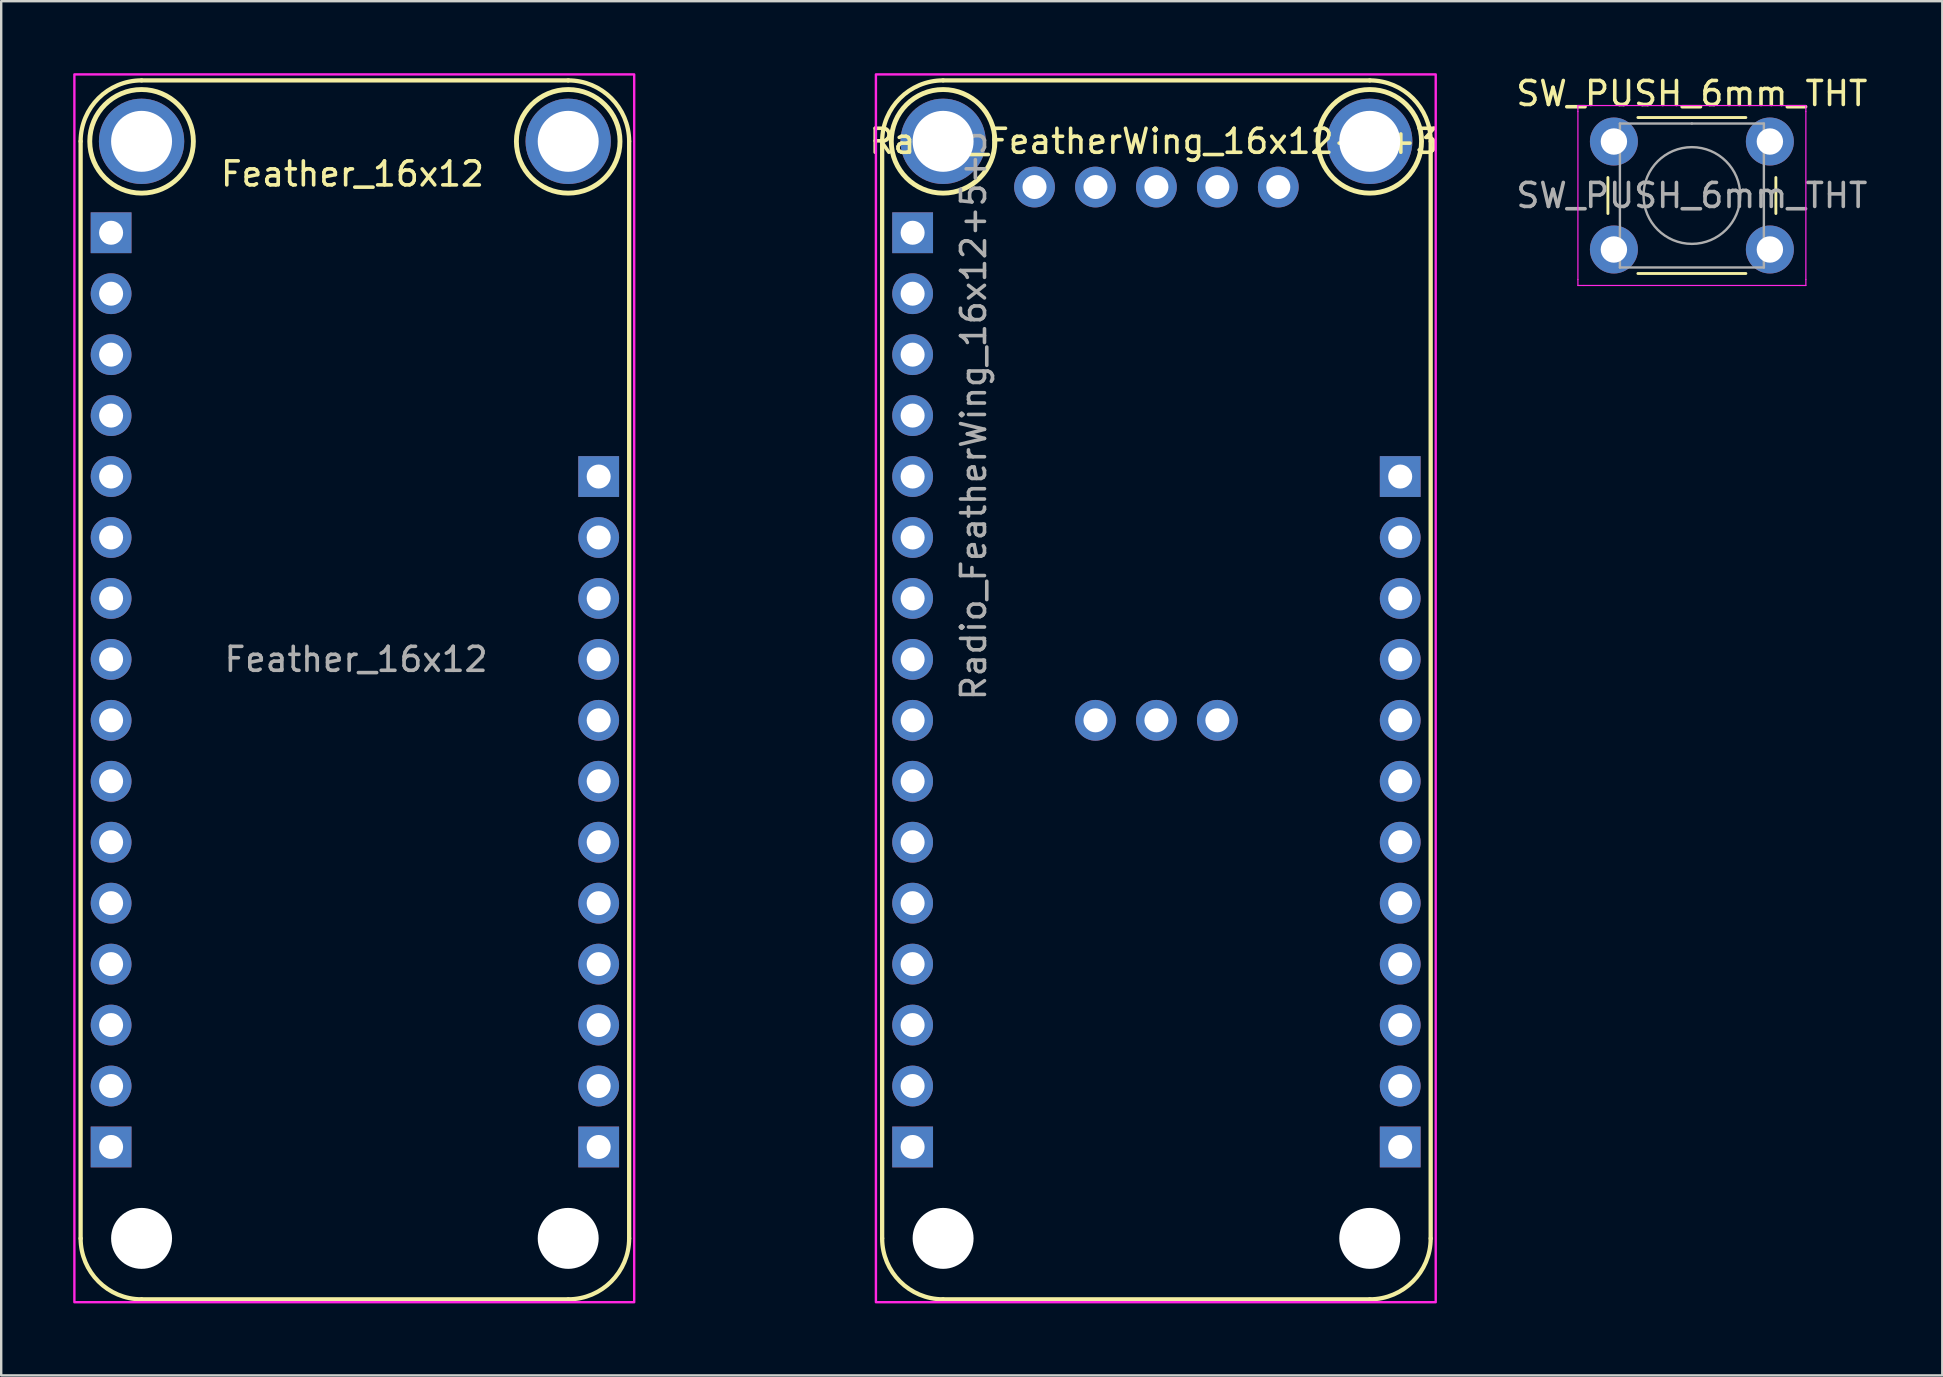
<source format=kicad_pcb>
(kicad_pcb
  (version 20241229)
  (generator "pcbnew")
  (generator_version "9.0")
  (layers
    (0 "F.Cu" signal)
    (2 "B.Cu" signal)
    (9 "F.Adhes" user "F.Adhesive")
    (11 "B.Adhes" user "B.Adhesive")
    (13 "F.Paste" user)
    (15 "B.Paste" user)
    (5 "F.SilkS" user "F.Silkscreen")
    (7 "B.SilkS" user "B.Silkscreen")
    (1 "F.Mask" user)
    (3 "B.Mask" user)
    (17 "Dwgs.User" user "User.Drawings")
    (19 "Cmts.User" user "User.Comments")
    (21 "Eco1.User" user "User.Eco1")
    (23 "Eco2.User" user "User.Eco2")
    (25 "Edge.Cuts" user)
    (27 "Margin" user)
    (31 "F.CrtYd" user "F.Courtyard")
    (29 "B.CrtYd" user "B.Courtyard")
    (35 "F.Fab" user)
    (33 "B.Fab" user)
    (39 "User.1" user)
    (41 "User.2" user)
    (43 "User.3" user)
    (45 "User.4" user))
  (footprint "FOAM-Logo-Cubes"
    (layer "F.Cu")
    (at 28.246 2.153)
    (property "Reference" "FOAM-Logo-Cubes" (at 0.045 3.38 0) (unlocked yes) (layer "User.9") (effects (font (size 1 1) (thickness 0.15))))
    (fp_poly (pts (xy -1.251 -1.5) (xy -1.251 -1.06) (xy -1.701 -1.29)) (stroke (width 0.025) (type solid)) (fill yes) (layer "F.Mask"))
    (fp_poly (pts (xy -1.25 -1.5) (xy -1.25 -1.06) (xy -0.8 -1.29)) (stroke (width 0.025) (type solid)) (fill yes) (layer "F.Mask"))
    (fp_poly (pts (xy -0.002 -2.14) (xy -0.002 -1.7) (xy -0.452 -1.93)) (stroke (width 0.025) (type solid)) (fill yes) (layer "F.Mask"))
    (fp_poly (pts (xy -0.001 -0.871) (xy -0.001 -0.431) (xy -0.451 -0.661)) (stroke (width 0.025) (type solid)) (fill yes) (layer "F.Mask"))
    (fp_poly (pts (xy -0.001 -0.871) (xy -0.001 -0.431) (xy 0.449 -0.661)) (stroke (width 0.025) (type solid)) (fill yes) (layer "F.Mask"))
    (fp_poly (pts (xy 0 -2.14) (xy 0 -1.7) (xy 0.45 -1.93)) (stroke (width 0.025) (type solid)) (fill yes) (layer "F.Mask"))
    (fp_poly (pts (xy 1.248 -1.495) (xy 1.248 -1.055) (xy 0.798 -1.285)) (stroke (width 0.025) (type solid)) (fill yes) (layer "F.Mask"))
    (fp_poly (pts (xy 1.25 -1.495) (xy 1.25 -1.055) (xy 1.7 -1.285)) (stroke (width 0.025) (type solid)) (fill yes) (layer "F.Mask"))
    (fp_poly (pts (xy -0.706 -1.137) (xy -0.706 -0.14) (xy -1.183 0.106) (xy -1.183 -0.906)) (stroke (width 0.025) (type solid)) (fill yes) (layer "F.Mask"))
    (fp_poly (pts (xy -0.704 0.399) (xy -0.704 1.396) (xy -1.181 1.642) (xy -1.181 0.63)) (stroke (width 0.025) (type solid)) (fill yes) (layer "F.Mask"))
    (fp_poly (pts (xy -0.058 -1.536) (xy -0.058 -1.016) (xy -0.55 -0.784) (xy -0.536 -1.797)) (stroke (width 0.025) (type solid)) (fill yes) (layer "F.Mask"))
    (fp_poly (pts (xy 0.056 -1.536) (xy 0.056 -1.016) (xy 0.548 -0.784) (xy 0.534 -1.797)) (stroke (width 0.025) (type solid)) (fill yes) (layer "F.Mask"))
    (fp_poly (pts (xy 0.548 -0.538) (xy 0.548 0.459) (xy 0.071 0.705) (xy 0.071 -0.307)) (stroke (width 0.025) (type solid)) (fill yes) (layer "F.Mask"))
    (fp_poly (pts (xy 0.548 1.037) (xy 0.548 2.034) (xy 0.071 2.28) (xy 0.071 1.268)) (stroke (width 0.025) (type solid)) (fill yes) (layer "F.Mask"))
    (fp_poly (pts (xy 1.787 -1.157) (xy 1.787 -0.16) (xy 1.31 0.086) (xy 1.31 -0.926)) (stroke (width 0.025) (type solid)) (fill yes) (layer "F.Mask"))
    (fp_poly (pts (xy 1.803 0.397) (xy 1.803 1.394) (xy 1.326 1.64) (xy 1.326 0.628)) (stroke (width 0.025) (type solid)) (fill yes) (layer "F.Mask"))
    (fp_poly (pts (xy -1.803 -1.138) (xy -1.803 -0.141) (xy -1.326 0.105) (xy -1.326 -0.284) (xy -1.326 -0.907)) (stroke (width 0.025) (type solid)) (fill yes) (layer "F.Mask"))
    (fp_poly (pts (xy -1.801 0.399) (xy -1.801 1.396) (xy -1.324 1.642) (xy -1.324 1.252) (xy -1.324 0.63)) (stroke (width 0.025) (type solid)) (fill yes) (layer "F.Mask"))
    (fp_poly (pts (xy -0.549 -0.538) (xy -0.549 0.459) (xy -0.072 0.705) (xy -0.072 0.315) (xy -0.072 -0.307)) (stroke (width 0.025) (type solid)) (fill yes) (layer "F.Mask"))
    (fp_poly (pts (xy -0.549 1.036) (xy -0.549 2.033) (xy -0.072 2.279) (xy -0.072 1.89) (xy -0.072 1.267)) (stroke (width 0.025) (type solid)) (fill yes) (layer "F.Mask"))
    (fp_poly (pts (xy 0.69 -1.158) (xy 0.69 -0.161) (xy 1.167 0.085) (xy 1.167 -0.304) (xy 1.167 -0.927)) (stroke (width 0.025) (type solid)) (fill yes) (layer "F.Mask"))
    (fp_poly (pts (xy 0.707 0.396) (xy 0.707 1.393) (xy 1.184 1.639) (xy 1.184 1.25) (xy 1.184 0.627)) (stroke (width 0.025) (type solid)) (fill yes) (layer "F.Mask"))
    (fp_poly (pts (xy -1.27 0.271) (xy -1.27 0.504) (xy -1.312 0.485) (xy -1.717 0.283) (xy -1.529 0.167) (xy -1.341 0.269)) (stroke (width 0.025) (type solid)) (fill yes) (layer "F.Mask"))
    (fp_poly (pts (xy -1.27 0.271) (xy -1.27 0.504) (xy -1.228 0.485) (xy -0.823 0.283) (xy -1.011 0.167) (xy -1.199 0.269)) (stroke (width 0.025) (type solid)) (fill yes) (layer "F.Mask"))
    (fp_poly (pts (xy 0 0.909) (xy 0 1.143) (xy -0.042 1.124) (xy -0.447 0.922) (xy -0.259 0.806) (xy -0.071 0.908)) (stroke (width 0.025) (type solid)) (fill yes) (layer "F.Mask"))
    (fp_poly (pts (xy 0 0.909) (xy 0 1.143) (xy 0.042 1.124) (xy 0.447 0.922) (xy 0.259 0.806) (xy 0.071 0.908)) (stroke (width 0.025) (type solid)) (fill yes) (layer "F.Mask"))
    (fp_poly (pts (xy 1.25 0.26) (xy 1.25 0.494) (xy 1.208 0.475) (xy 0.803 0.273) (xy 0.991 0.157) (xy 1.179 0.259)) (stroke (width 0.025) (type solid)) (fill yes) (layer "F.Mask"))
    (fp_poly (pts (xy 1.25 0.26) (xy 1.25 0.494) (xy 1.292 0.475) (xy 1.697 0.273) (xy 1.509 0.157) (xy 1.321 0.259)) (stroke (width 0.025) (type solid)) (fill yes) (layer "F.Mask")))
  (footprint "Radio_FeatherWing_16x12+5+3"
    (layer "F.Cu")
    (at 45.144 25.7)
    (property "Reference" "Radio_FeatherWing_16x12+5+3" (at -0.1 -22.86 0) (unlocked yes) (layer "F.SilkS") (effects (font (size 1 1) (thickness 0.15))))
    (attr through_hole)
    (fp_line (start -11.43 -22.86) (end -11.43 22.86) (stroke (width 0.178) (type solid)) (layer "F.SilkS"))
    (fp_line (start -8.89 -25.4) (end 8.89 -25.4) (stroke (width 0.178) (type solid)) (layer "F.SilkS"))
    (fp_line (start 8.89 25.4) (end -8.89 25.4) (stroke (width 0.178) (type solid)) (layer "F.SilkS"))
    (fp_line (start 11.43 -22.86) (end 11.43 22.86) (stroke (width 0.178) (type solid)) (layer "F.SilkS"))
    (fp_arc (start -11.43 -22.86) (mid -10.686051 -24.656051) (end -8.89 -25.4) (stroke (width 0.1778) (type solid)) (layer "F.SilkS"))
    (fp_arc (start -8.89 25.4) (mid -10.686051 24.656051) (end -11.43 22.86) (stroke (width 0.1778) (type solid)) (layer "F.SilkS"))
    (fp_arc (start 8.89 -25.4) (mid 10.686051 -24.656051) (end 11.43 -22.86) (stroke (width 0.1778) (type solid)) (layer "F.SilkS"))
    (fp_arc (start 11.43 22.86) (mid 10.686051 24.656051) (end 8.89 25.4) (stroke (width 0.1778) (type solid)) (layer "F.SilkS"))
    (fp_circle (center -8.89 -22.86) (end -6.731 -22.86) (stroke (width 0.203) (type solid)) (fill no) (layer "F.SilkS"))
    (fp_circle (center 8.89 -22.86) (end 11.049 -22.86) (stroke (width 0.203) (type solid)) (fill no) (layer "F.SilkS"))
    (fp_rect (start -11.69 -25.65) (end 11.64 25.52) (stroke (width 0.1) (type solid)) (fill no) (layer "F.CrtYd"))
    (fp_text user "${REFERENCE}" (at -7.62 -11.43 270) (layer "F.Fab") (effects (font (size 1 1) (thickness 0.15))))
    (pad "" thru_hole circle (at -8.89 -22.86) (size 3.556 3.556) (drill 2.54) (layers "*.Cu" "*.Mask"))
    (pad "" np_thru_hole circle (at -8.89 22.86) (size 2.54 2.54) (drill 2.54) (layers "*.Cu" "*.Mask"))
    (pad "" thru_hole circle (at 8.89 -22.86) (size 3.556 3.556) (drill 2.54) (layers "*.Cu" "*.Mask"))
    (pad "" np_thru_hole circle (at 8.89 22.86) (size 2.54 2.54) (drill 2.54) (layers "*.Cu" "*.Mask"))
    (pad "1" thru_hole rect (at -10.16 -19.05) (size 1.7 1.7) (drill 1) (layers "*.Cu" "*.Mask"))
    (pad "2" thru_hole oval (at -10.16 -16.51) (size 1.7 1.7) (drill 1) (layers "*.Cu" "*.Mask"))
    (pad "3" thru_hole oval (at -10.16 -13.97) (size 1.7 1.7) (drill 1) (layers "*.Cu" "*.Mask"))
    (pad "4" thru_hole oval (at -10.16 -11.43) (size 1.7 1.7) (drill 1) (layers "*.Cu" "*.Mask"))
    (pad "5" thru_hole oval (at -10.16 -8.89) (size 1.7 1.7) (drill 1) (layers "*.Cu" "*.Mask"))
    (pad "6" thru_hole oval (at -10.16 -6.35) (size 1.7 1.7) (drill 1) (layers "*.Cu" "*.Mask"))
    (pad "7" thru_hole oval (at -10.16 -3.81) (size 1.7 1.7) (drill 1) (layers "*.Cu" "*.Mask"))
    (pad "8" thru_hole oval (at -10.16 -1.27) (size 1.7 1.7) (drill 1) (layers "*.Cu" "*.Mask"))
    (pad "9" thru_hole oval (at -10.16 1.27) (size 1.7 1.7) (drill 1) (layers "*.Cu" "*.Mask"))
    (pad "10" thru_hole oval (at -10.16 3.81) (size 1.7 1.7) (drill 1) (layers "*.Cu" "*.Mask"))
    (pad "11" thru_hole oval (at -10.16 6.35) (size 1.7 1.7) (drill 1) (layers "*.Cu" "*.Mask"))
    (pad "12" thru_hole oval (at -10.16 8.89) (size 1.7 1.7) (drill 1) (layers "*.Cu" "*.Mask"))
    (pad "13" thru_hole oval (at -10.16 11.43) (size 1.7 1.7) (drill 1) (layers "*.Cu" "*.Mask"))
    (pad "14" thru_hole oval (at -10.16 13.97) (size 1.7 1.7) (drill 1) (layers "*.Cu" "*.Mask"))
    (pad "15" thru_hole oval (at -10.16 16.51) (size 1.7 1.7) (drill 1) (layers "*.Cu" "*.Mask"))
    (pad "16" thru_hole rect (at -10.16 19.05) (size 1.7 1.7) (drill 1) (layers "*.Cu" "*.Mask"))
    (pad "17" thru_hole rect (at 10.16 19.05) (size 1.7 1.7) (drill 1) (layers "*.Cu" "*.Mask"))
    (pad "18" thru_hole oval (at 10.16 16.51) (size 1.7 1.7) (drill 1) (layers "*.Cu" "*.Mask"))
    (pad "19" thru_hole oval (at 10.16 13.97) (size 1.7 1.7) (drill 1) (layers "*.Cu" "*.Mask"))
    (pad "20" thru_hole oval (at 10.16 11.43) (size 1.7 1.7) (drill 1) (layers "*.Cu" "*.Mask"))
    (pad "21" thru_hole oval (at 10.16 8.89) (size 1.7 1.7) (drill 1) (layers "*.Cu" "*.Mask"))
    (pad "22" thru_hole oval (at 10.16 6.35) (size 1.7 1.7) (drill 1) (layers "*.Cu" "*.Mask"))
    (pad "23" thru_hole oval (at 10.16 3.81) (size 1.7 1.7) (drill 1) (layers "*.Cu" "*.Mask"))
    (pad "24" thru_hole oval (at 10.16 1.27) (size 1.7 1.7) (drill 1) (layers "*.Cu" "*.Mask"))
    (pad "25" thru_hole oval (at 10.16 -1.27) (size 1.7 1.7) (drill 1) (layers "*.Cu" "*.Mask"))
    (pad "26" thru_hole oval (at 10.16 -3.81) (size 1.7 1.7) (drill 1) (layers "*.Cu" "*.Mask"))
    (pad "27" thru_hole oval (at 10.16 -6.35) (size 1.7 1.7) (drill 1) (layers "*.Cu" "*.Mask"))
    (pad "28" thru_hole rect (at 10.16 -8.89) (size 1.7 1.7) (drill 1) (layers "*.Cu" "*.Mask"))
    (pad "29" thru_hole oval (at 5.08 -20.955 270) (size 1.7 1.7) (drill 1) (layers "*.Cu" "*.Mask"))
    (pad "30" thru_hole oval (at 2.54 -20.955 270) (size 1.7 1.7) (drill 1) (layers "*.Cu" "*.Mask"))
    (pad "31" thru_hole oval (at 0 -20.955 270) (size 1.7 1.7) (drill 1) (layers "*.Cu" "*.Mask"))
    (pad "32" thru_hole oval (at -2.54 -20.955 270) (size 1.7 1.7) (drill 1) (layers "*.Cu" "*.Mask"))
    (pad "33" thru_hole oval (at -5.08 -20.955 270) (size 1.7 1.7) (drill 1) (layers "*.Cu" "*.Mask"))
    (pad "34" thru_hole circle (at 2.54 1.27) (size 1.7 1.7) (drill 1) (layers "*.Cu" "*.Mask"))
    (pad "35" thru_hole circle (at 0 1.27) (size 1.7 1.7) (drill 1) (layers "*.Cu" "*.Mask"))
    (pad "36" thru_hole circle (at -2.54 1.27) (size 1.7 1.7) (drill 1) (layers "*.Cu" "*.Mask")))
  (footprint "SW_PUSH_6mm_THT"
    (layer "F.Cu")
    (at 64.21 2.848)
    (property "Reference" "SW_PUSH_6mm_THT" (at 3.25 -2 0) (layer "F.SilkS") (effects (font (size 1 1) (thickness 0.15))))
    (attr through_hole)
    (fp_line (start -0.25 1.5) (end -0.25 3) (stroke (width 0.12) (type solid)) (layer "F.SilkS"))
    (fp_line (start 1 5.5) (end 5.5 5.5) (stroke (width 0.12) (type solid)) (layer "F.SilkS"))
    (fp_line (start 5.5 -1) (end 1 -1) (stroke (width 0.12) (type solid)) (layer "F.SilkS"))
    (fp_line (start 6.75 3) (end 6.75 1.5) (stroke (width 0.12) (type solid)) (layer "F.SilkS"))
    (fp_line (start -1.5 -1.5) (end -1.25 -1.5) (stroke (width 0.05) (type solid)) (layer "F.CrtYd"))
    (fp_line (start -1.5 -1.25) (end -1.5 -1.5) (stroke (width 0.05) (type solid)) (layer "F.CrtYd"))
    (fp_line (start -1.5 5.75) (end -1.5 -1.25) (stroke (width 0.05) (type solid)) (layer "F.CrtYd"))
    (fp_line (start -1.5 5.75) (end -1.5 6) (stroke (width 0.05) (type solid)) (layer "F.CrtYd"))
    (fp_line (start -1.5 6) (end -1.25 6) (stroke (width 0.05) (type solid)) (layer "F.CrtYd"))
    (fp_line (start -1.25 -1.5) (end 7.75 -1.5) (stroke (width 0.05) (type solid)) (layer "F.CrtYd"))
    (fp_line (start 7.75 -1.5) (end 8 -1.5) (stroke (width 0.05) (type solid)) (layer "F.CrtYd"))
    (fp_line (start 7.75 6) (end -1.25 6) (stroke (width 0.05) (type solid)) (layer "F.CrtYd"))
    (fp_line (start 7.75 6) (end 8 6) (stroke (width 0.05) (type solid)) (layer "F.CrtYd"))
    (fp_line (start 8 -1.5) (end 8 -1.25) (stroke (width 0.05) (type solid)) (layer "F.CrtYd"))
    (fp_line (start 8 -1.25) (end 8 5.75) (stroke (width 0.05) (type solid)) (layer "F.CrtYd"))
    (fp_line (start 8 6) (end 8 5.75) (stroke (width 0.05) (type solid)) (layer "F.CrtYd"))
    (fp_line (start 0.25 -0.75) (end 3.25 -0.75) (stroke (width 0.1) (type solid)) (layer "F.Fab"))
    (fp_line (start 0.25 5.25) (end 0.25 -0.75) (stroke (width 0.1) (type solid)) (layer "F.Fab"))
    (fp_line (start 3.25 -0.75) (end 6.25 -0.75) (stroke (width 0.1) (type solid)) (layer "F.Fab"))
    (fp_line (start 6.25 -0.75) (end 6.25 5.25) (stroke (width 0.1) (type solid)) (layer "F.Fab"))
    (fp_line (start 6.25 5.25) (end 0.25 5.25) (stroke (width 0.1) (type solid)) (layer "F.Fab"))
    (fp_circle (center 3.25 2.25) (end 1.25 2.5) (stroke (width 0.1) (type solid)) (fill no) (layer "F.Fab"))
    (fp_text user "${REFERENCE}" (at 3.25 2.25 0) (layer "F.Fab") (effects (font (size 1 1) (thickness 0.15))))
    (pad "1" thru_hole circle (at 0 0 90) (size 2 2) (drill 1.1) (layers "*.Cu" "*.Mask"))
    (pad "1" thru_hole circle (at 6.5 0 90) (size 2 2) (drill 1.1) (layers "*.Cu" "*.Mask"))
    (pad "2" thru_hole circle (at 0 4.5 90) (size 2 2) (drill 1.1) (layers "*.Cu" "*.Mask"))
    (pad "2" thru_hole circle (at 6.5 4.5 90) (size 2 2) (drill 1.1) (layers "*.Cu" "*.Mask")))
  (footprint "Feather_16x12"
    (layer "F.Cu")
    (at 11.74 25.7)
    (property "Reference" "Feather_16x12" (at -0.1 -21.5 0) (unlocked yes) (layer "F.SilkS") (effects (font (size 1 1) (thickness 0.15))))
    (attr through_hole)
    (fp_line (start -11.43 -22.86) (end -11.43 22.86) (stroke (width 0.178) (type solid)) (layer "F.SilkS"))
    (fp_line (start -8.89 -25.4) (end 8.89 -25.4) (stroke (width 0.178) (type solid)) (layer "F.SilkS"))
    (fp_line (start 8.89 25.4) (end -8.89 25.4) (stroke (width 0.178) (type solid)) (layer "F.SilkS"))
    (fp_line (start 11.43 -22.86) (end 11.43 22.86) (stroke (width 0.178) (type solid)) (layer "F.SilkS"))
    (fp_arc (start -11.43 -22.86) (mid -10.686051 -24.656051) (end -8.89 -25.4) (stroke (width 0.1778) (type solid)) (layer "F.SilkS"))
    (fp_arc (start -8.89 25.4) (mid -10.686051 24.656051) (end -11.43 22.86) (stroke (width 0.1778) (type solid)) (layer "F.SilkS"))
    (fp_arc (start 8.89 -25.4) (mid 10.686051 -24.656051) (end 11.43 -22.86) (stroke (width 0.1778) (type solid)) (layer "F.SilkS"))
    (fp_arc (start 11.43 22.86) (mid 10.686051 24.656051) (end 8.89 25.4) (stroke (width 0.1778) (type solid)) (layer "F.SilkS"))
    (fp_circle (center -8.89 -22.86) (end -6.731 -22.86) (stroke (width 0.203) (type solid)) (fill no) (layer "F.SilkS"))
    (fp_circle (center 8.89 -22.86) (end 11.049 -22.86) (stroke (width 0.203) (type solid)) (fill no) (layer "F.SilkS"))
    (fp_rect (start -11.69 -25.65) (end 11.64 25.52) (stroke (width 0.1) (type solid)) (fill no) (layer "F.CrtYd"))
    (fp_text user "${REFERENCE}" (at 0.05 -1.27 180) (layer "F.Fab") (effects (font (size 1 1) (thickness 0.15))))
    (pad "" thru_hole circle (at -8.89 -22.86) (size 3.556 3.556) (drill 2.54) (layers "*.Cu" "*.Mask"))
    (pad "" np_thru_hole circle (at -8.89 22.86) (size 2.54 2.54) (drill 2.54) (layers "*.Cu" "*.Mask"))
    (pad "" thru_hole circle (at 8.89 -22.86) (size 3.556 3.556) (drill 2.54) (layers "*.Cu" "*.Mask"))
    (pad "" np_thru_hole circle (at 8.89 22.86) (size 2.54 2.54) (drill 2.54) (layers "*.Cu" "*.Mask"))
    (pad "1" thru_hole rect (at -10.16 -19.05) (size 1.7 1.7) (drill 1) (layers "*.Cu" "*.Mask"))
    (pad "2" thru_hole oval (at -10.16 -16.51) (size 1.7 1.7) (drill 1) (layers "*.Cu" "*.Mask"))
    (pad "3" thru_hole oval (at -10.16 -13.97) (size 1.7 1.7) (drill 1) (layers "*.Cu" "*.Mask"))
    (pad "4" thru_hole oval (at -10.16 -11.43) (size 1.7 1.7) (drill 1) (layers "*.Cu" "*.Mask"))
    (pad "5" thru_hole oval (at -10.16 -8.89) (size 1.7 1.7) (drill 1) (layers "*.Cu" "*.Mask"))
    (pad "6" thru_hole oval (at -10.16 -6.35) (size 1.7 1.7) (drill 1) (layers "*.Cu" "*.Mask"))
    (pad "7" thru_hole oval (at -10.16 -3.81) (size 1.7 1.7) (drill 1) (layers "*.Cu" "*.Mask"))
    (pad "8" thru_hole oval (at -10.16 -1.27) (size 1.7 1.7) (drill 1) (layers "*.Cu" "*.Mask"))
    (pad "9" thru_hole oval (at -10.16 1.27) (size 1.7 1.7) (drill 1) (layers "*.Cu" "*.Mask"))
    (pad "10" thru_hole oval (at -10.16 3.81) (size 1.7 1.7) (drill 1) (layers "*.Cu" "*.Mask"))
    (pad "11" thru_hole oval (at -10.16 6.35) (size 1.7 1.7) (drill 1) (layers "*.Cu" "*.Mask"))
    (pad "12" thru_hole oval (at -10.16 8.89) (size 1.7 1.7) (drill 1) (layers "*.Cu" "*.Mask"))
    (pad "13" thru_hole oval (at -10.16 11.43) (size 1.7 1.7) (drill 1) (layers "*.Cu" "*.Mask"))
    (pad "14" thru_hole oval (at -10.16 13.97) (size 1.7 1.7) (drill 1) (layers "*.Cu" "*.Mask"))
    (pad "15" thru_hole oval (at -10.16 16.51) (size 1.7 1.7) (drill 1) (layers "*.Cu" "*.Mask"))
    (pad "16" thru_hole rect (at -10.16 19.05) (size 1.7 1.7) (drill 1) (layers "*.Cu" "*.Mask"))
    (pad "17" thru_hole rect (at 10.16 19.05) (size 1.7 1.7) (drill 1) (layers "*.Cu" "*.Mask"))
    (pad "18" thru_hole oval (at 10.16 16.51) (size 1.7 1.7) (drill 1) (layers "*.Cu" "*.Mask"))
    (pad "19" thru_hole oval (at 10.16 13.97) (size 1.7 1.7) (drill 1) (layers "*.Cu" "*.Mask"))
    (pad "20" thru_hole oval (at 10.16 11.43) (size 1.7 1.7) (drill 1) (layers "*.Cu" "*.Mask"))
    (pad "21" thru_hole oval (at 10.16 8.89) (size 1.7 1.7) (drill 1) (layers "*.Cu" "*.Mask"))
    (pad "22" thru_hole oval (at 10.16 6.35) (size 1.7 1.7) (drill 1) (layers "*.Cu" "*.Mask"))
    (pad "23" thru_hole oval (at 10.16 3.81) (size 1.7 1.7) (drill 1) (layers "*.Cu" "*.Mask"))
    (pad "24" thru_hole oval (at 10.16 1.27) (size 1.7 1.7) (drill 1) (layers "*.Cu" "*.Mask"))
    (pad "25" thru_hole oval (at 10.16 -1.27) (size 1.7 1.7) (drill 1) (layers "*.Cu" "*.Mask"))
    (pad "26" thru_hole oval (at 10.16 -3.81) (size 1.7 1.7) (drill 1) (layers "*.Cu" "*.Mask"))
    (pad "27" thru_hole oval (at 10.16 -6.35) (size 1.7 1.7) (drill 1) (layers "*.Cu" "*.Mask"))
    (pad "28" thru_hole rect (at 10.16 -8.89) (size 1.7 1.7) (drill 1) (layers "*.Cu" "*.Mask")))
  (gr_rect
    (start -3 -3)
    (end 77.895 54.27)
    (stroke (width 0.1) (type default))
    (fill no)
    (layer "Edge.Cuts")))
</source>
